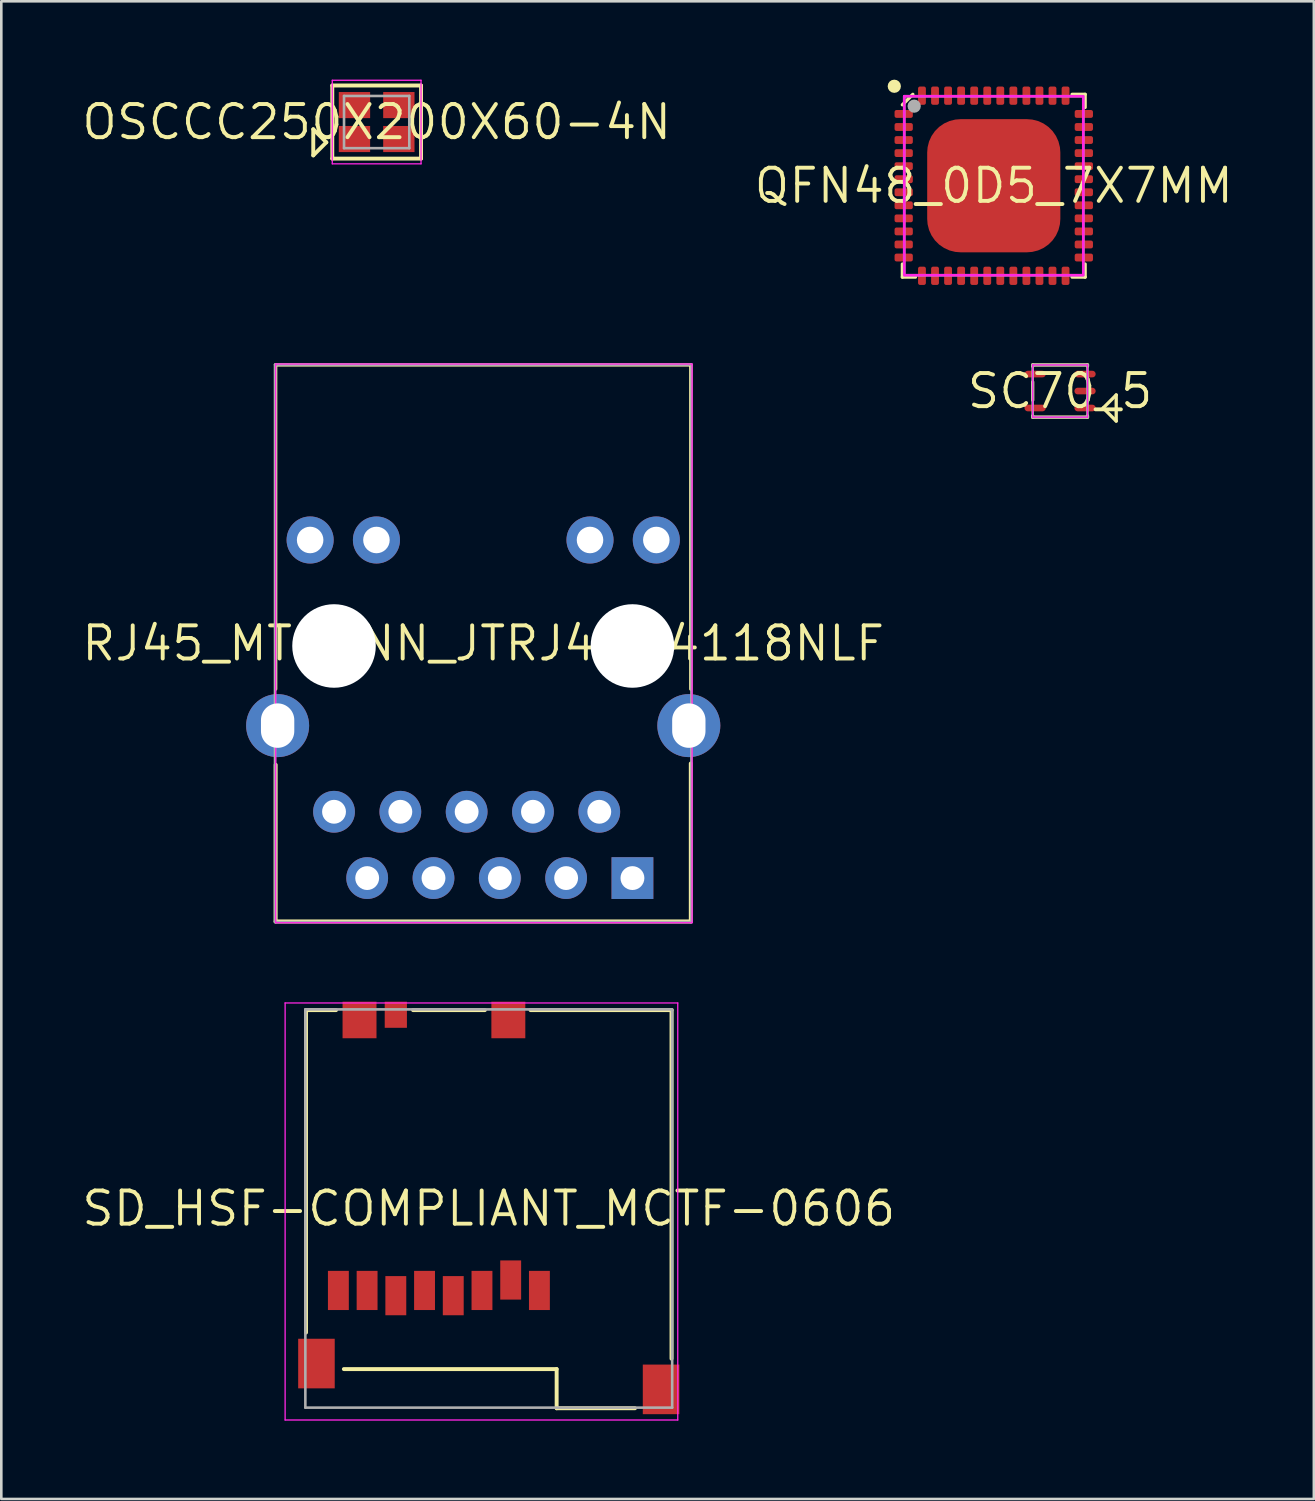
<source format=kicad_pcb>
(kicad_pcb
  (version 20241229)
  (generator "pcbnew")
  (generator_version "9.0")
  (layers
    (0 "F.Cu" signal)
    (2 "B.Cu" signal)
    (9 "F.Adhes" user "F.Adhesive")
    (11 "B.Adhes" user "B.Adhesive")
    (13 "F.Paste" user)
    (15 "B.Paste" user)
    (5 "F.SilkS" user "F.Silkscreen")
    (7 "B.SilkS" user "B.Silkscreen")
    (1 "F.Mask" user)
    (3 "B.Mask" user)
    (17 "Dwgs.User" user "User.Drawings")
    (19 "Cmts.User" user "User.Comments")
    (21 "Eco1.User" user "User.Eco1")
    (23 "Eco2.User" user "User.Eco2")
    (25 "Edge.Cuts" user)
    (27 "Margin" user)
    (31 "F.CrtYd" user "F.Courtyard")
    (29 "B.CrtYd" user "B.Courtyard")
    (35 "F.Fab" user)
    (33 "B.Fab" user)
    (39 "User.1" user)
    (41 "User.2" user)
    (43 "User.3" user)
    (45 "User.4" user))
  (footprint "RJ45_MTCONN_JTRJ45-4118NLF"
    (layer "F.Cu")
    (at 15.459 21.593)
    (property "Reference" "RJ45_MTCONN_JTRJ45-4118NLF" (at 0 0 0) (layer "F.SilkS") (effects (font (size 1.27 1.27) (thickness 0.15))))
    (fp_line (start -7.95 -10.665) (end 7.95 -10.665) (stroke (width 0.127) (type solid)) (layer "F.SilkS"))
    (fp_line (start -7.95 1.75) (end -7.95 -10.665) (stroke (width 0.127) (type solid)) (layer "F.SilkS"))
    (fp_line (start -7.95 10.65) (end -7.95 4.65) (stroke (width 0.15) (type solid)) (layer "F.SilkS"))
    (fp_line (start 7.95 -10.665) (end 7.95 1.75) (stroke (width 0.127) (type solid)) (layer "F.SilkS"))
    (fp_line (start 7.95 4.6) (end 7.95 10.65) (stroke (width 0.15) (type solid)) (layer "F.SilkS"))
    (fp_line (start 7.95 10.65) (end -7.95 10.65) (stroke (width 0.15) (type solid)) (layer "F.SilkS"))
    (fp_line (start -7.95 -10.7) (end -7.95 10.7) (stroke (width 0.05) (type solid)) (layer "F.CrtYd"))
    (fp_line (start -7.95 10.7) (end 8 10.7) (stroke (width 0.05) (type solid)) (layer "F.CrtYd"))
    (fp_line (start 8 -10.7) (end -7.95 -10.7) (stroke (width 0.05) (type solid)) (layer "F.CrtYd"))
    (fp_line (start 8 10.7) (end 8 -10.7) (stroke (width 0.05) (type solid)) (layer "F.CrtYd"))
    (fp_line (start -7.975 -10.675) (end -7.975 10.675) (stroke (width 0.1) (type solid)) (layer "F.Fab"))
    (fp_line (start -7.975 10.675) (end 7.975 10.675) (stroke (width 0.1) (type solid)) (layer "F.Fab"))
    (fp_line (start 7.975 -10.675) (end -7.975 -10.675) (stroke (width 0.1) (type solid)) (layer "F.Fab"))
    (fp_line (start 7.975 10.675) (end 7.975 -10.675) (stroke (width 0.1) (type solid)) (layer "F.Fab"))
    (pad "" np_thru_hole circle (at -5.715 0.1 180) (size 3.2 3.2) (drill 3.2) (layers "*.Cu" "*.Mask"))
    (pad "" np_thru_hole circle (at 5.715 0.1 180) (size 3.2 3.2) (drill 3.2) (layers "*.Cu" "*.Mask"))
    (pad "1" thru_hole rect (at 5.715 8.99 180) (size 1.6 1.6) (drill 0.914) (layers "*.Cu" "*.Mask"))
    (pad "2" thru_hole circle (at 4.445 6.45 180) (size 1.6 1.6) (drill 0.914) (layers "*.Cu" "*.Mask"))
    (pad "3" thru_hole circle (at 3.175 8.99 180) (size 1.6 1.6) (drill 0.914) (layers "*.Cu" "*.Mask"))
    (pad "4" thru_hole circle (at 1.905 6.45 180) (size 1.6 1.6) (drill 0.914) (layers "*.Cu" "*.Mask"))
    (pad "5" thru_hole circle (at 0.635 8.99 180) (size 1.6 1.6) (drill 0.914) (layers "*.Cu" "*.Mask"))
    (pad "6" thru_hole circle (at -0.635 6.45 180) (size 1.6 1.6) (drill 0.914) (layers "*.Cu" "*.Mask"))
    (pad "7" thru_hole circle (at -1.905 8.99 180) (size 1.6 1.6) (drill 0.914) (layers "*.Cu" "*.Mask"))
    (pad "8" thru_hole circle (at -3.175 6.45 180) (size 1.6 1.6) (drill 0.914) (layers "*.Cu" "*.Mask"))
    (pad "9" thru_hole circle (at -4.445 8.99 180) (size 1.6 1.6) (drill 0.914) (layers "*.Cu" "*.Mask"))
    (pad "10" thru_hole circle (at -5.715 6.45 180) (size 1.6 1.6) (drill 0.914) (layers "*.Cu" "*.Mask"))
    (pad "11" thru_hole circle (at 6.63 -3.96 180) (size 1.803 1.803) (drill 1.016) (layers "*.Cu" "*.Mask"))
    (pad "12" thru_hole circle (at 4.09 -3.96 180) (size 1.803 1.803) (drill 1.016) (layers "*.Cu" "*.Mask"))
    (pad "13" thru_hole circle (at -4.09 -3.96 180) (size 1.803 1.803) (drill 1.016) (layers "*.Cu" "*.Mask"))
    (pad "14" thru_hole circle (at -6.63 -3.96 180) (size 1.803 1.803) (drill 1.016) (layers "*.Cu" "*.Mask"))
    (pad "15" thru_hole circle (at 7.875 3.15 180) (size 2.413 2.413) (drill oval 1.276 1.702) (layers "*.Cu" "*.Mask"))
    (pad "16" thru_hole circle (at -7.875 3.15 180) (size 2.413 2.413) (drill oval 1.276 1.702) (layers "*.Cu" "*.Mask")))
  (footprint "SD_HSF-COMPLIANT_MCTF-0606"
    (layer "F.Cu")
    (at 15.671 43.24)
    (property "Reference" "SD_HSF-COMPLIANT_MCTF-0606" (at 0 0 180) (layer "F.SilkS") (effects (font (size 1.27 1.27) (thickness 0.15))))
    (fp_line (start -7 -7.6) (end -5.85 -7.6) (stroke (width 0.15) (type solid)) (layer "F.SilkS"))
    (fp_line (start -7 4.75) (end -7 -7.6) (stroke (width 0.15) (type solid)) (layer "F.SilkS"))
    (fp_line (start -2.9 -7.6) (end -0.15 -7.6) (stroke (width 0.15) (type solid)) (layer "F.SilkS"))
    (fp_line (start 1.6 -7.6) (end 7 -7.6) (stroke (width 0.15) (type solid)) (layer "F.SilkS"))
    (fp_line (start 2.6 6.15) (end -5.55 6.15) (stroke (width 0.15) (type solid)) (layer "F.SilkS"))
    (fp_line (start 2.6 7.65) (end 2.6 6.15) (stroke (width 0.15) (type solid)) (layer "F.SilkS"))
    (fp_line (start 5.6 7.65) (end 2.6 7.65) (stroke (width 0.15) (type solid)) (layer "F.SilkS"))
    (fp_line (start 7 -7.6) (end 7 5.75) (stroke (width 0.15) (type solid)) (layer "F.SilkS"))
    (fp_line (start -7.8 -7.874) (end -7.8 8.1) (stroke (width 0.05) (type solid)) (layer "F.CrtYd"))
    (fp_line (start -7.8 8.1) (end 7.239 8.1) (stroke (width 0.05) (type solid)) (layer "F.CrtYd"))
    (fp_line (start 7.239 -7.874) (end -7.8 -7.874) (stroke (width 0.05) (type solid)) (layer "F.CrtYd"))
    (fp_line (start 7.239 8.1) (end 7.239 -7.874) (stroke (width 0.05) (type solid)) (layer "F.CrtYd"))
    (fp_line (start -7.025 -7.627) (end -7.025 7.627) (stroke (width 0.1) (type solid)) (layer "F.Fab"))
    (fp_line (start -7.025 7.627) (end 7.025 7.627) (stroke (width 0.1) (type solid)) (layer "F.Fab"))
    (fp_line (start 7.025 -7.627) (end -7.025 -7.627) (stroke (width 0.1) (type solid)) (layer "F.Fab"))
    (fp_line (start 7.025 7.627) (end 7.025 -7.622) (stroke (width 0.1) (type solid)) (layer "F.Fab"))
    (pad "1" smd rect (at 1.94 3.138) (size 0.8 1.5) (layers "F.Cu" "F.Mask" "F.Paste"))
    (pad "2" smd rect (at 0.84 2.738) (size 0.8 1.5) (layers "F.Cu" "F.Mask" "F.Paste"))
    (pad "3" smd rect (at -0.26 3.138) (size 0.8 1.5) (layers "F.Cu" "F.Mask" "F.Paste"))
    (pad "4" smd rect (at -1.36 3.338) (size 0.8 1.5) (layers "F.Cu" "F.Mask" "F.Paste"))
    (pad "5" smd rect (at -2.46 3.138) (size 0.8 1.5) (layers "F.Cu" "F.Mask" "F.Paste"))
    (pad "6" smd rect (at -3.56 3.338) (size 0.8 1.5) (layers "F.Cu" "F.Mask" "F.Paste"))
    (pad "7" smd rect (at -4.66 3.138) (size 0.8 1.5) (layers "F.Cu" "F.Mask" "F.Paste"))
    (pad "8" smd rect (at -5.76 3.138) (size 0.8 1.5) (layers "F.Cu" "F.Mask" "F.Paste"))
    (pad "9" smd rect (at -3.56 -7.422) (size 0.85 1) (layers "F.Cu" "F.Mask" "F.Paste"))
    (pad "10" smd rect (at 6.6 6.927) (size 1.4 1.9) (layers "F.Cu" "F.Mask" "F.Paste"))
    (pad "11" smd rect (at -6.6 5.938) (size 1.4 1.9) (layers "F.Cu" "F.Mask" "F.Paste"))
    (pad "12" smd rect (at 0.75 -7.222) (size 1.3 1.4) (layers "F.Cu" "F.Mask" "F.Paste"))
    (pad "13" smd rect (at -4.95 -7.222) (size 1.3 1.4) (layers "F.Cu" "F.Mask" "F.Paste")))
  (footprint "QFN48_0D5_7X7MM"
    (layer "F.Cu")
    (at 35.014 4.064)
    (property "Reference" "QFN48_0D5_7X7MM" (at 0 0 0) (layer "F.SilkS") (effects (font (size 1.27 1.27) (thickness 0.15))))
    (fp_line (start -3.5 3.5) (end -3.5 3) (stroke (width 0.127) (type solid)) (layer "F.SilkS"))
    (fp_line (start -3.1 -3.5) (end -3.5 -3.1) (stroke (width 0.127) (type solid)) (layer "F.SilkS"))
    (fp_line (start -3 3.5) (end -3.5 3.5) (stroke (width 0.127) (type solid)) (layer "F.SilkS"))
    (fp_line (start 3 -3.5) (end 3.5 -3.5) (stroke (width 0.127) (type solid)) (layer "F.SilkS"))
    (fp_line (start 3.5 -3.5) (end 3.5 -3) (stroke (width 0.127) (type solid)) (layer "F.SilkS"))
    (fp_line (start 3.5 3) (end 3.5 3.5) (stroke (width 0.127) (type solid)) (layer "F.SilkS"))
    (fp_line (start 3.5 3.5) (end 3 3.5) (stroke (width 0.127) (type solid)) (layer "F.SilkS"))
    (fp_arc (start -3.683 -3.81) (mid -3.937 -3.81) (end -3.683 -3.81) (stroke (width 0.254) (type solid)) (layer "F.SilkS"))
    (fp_rect (start -3.429 3.429) (end 3.429 -3.429) (stroke (width 0.1) (type solid)) (fill no) (layer "F.CrtYd"))
    (fp_rect (start -3.429 3.429) (end 3.429 -3.429) (stroke (width 0.1) (type solid)) (fill no) (layer "F.Fab"))
    (fp_arc (start -2.921 -3.048) (mid -3.175 -3.048) (end -2.921 -3.048) (stroke (width 0.254) (type solid)) (layer "F.Fab"))
    (pad "1" smd roundrect (at -3.45 -2.75 270) (size 0.3 0.7) (layers "F.Cu" "F.Mask" "F.Paste") (roundrect_rratio 0.25))
    (pad "2" smd roundrect (at -3.45 -2.25 270) (size 0.3 0.7) (layers "F.Cu" "F.Mask" "F.Paste") (roundrect_rratio 0.25))
    (pad "3" smd roundrect (at -3.45 -1.75 270) (size 0.3 0.7) (layers "F.Cu" "F.Mask" "F.Paste") (roundrect_rratio 0.25))
    (pad "4" smd roundrect (at -3.45 -1.25 270) (size 0.3 0.7) (layers "F.Cu" "F.Mask" "F.Paste") (roundrect_rratio 0.25))
    (pad "5" smd roundrect (at -3.45 -0.75 270) (size 0.3 0.7) (layers "F.Cu" "F.Mask" "F.Paste") (roundrect_rratio 0.25))
    (pad "6" smd roundrect (at -3.45 -0.25 270) (size 0.3 0.7) (layers "F.Cu" "F.Mask" "F.Paste") (roundrect_rratio 0.25))
    (pad "7" smd roundrect (at -3.45 0.25 270) (size 0.3 0.7) (layers "F.Cu" "F.Mask" "F.Paste") (roundrect_rratio 0.25))
    (pad "8" smd roundrect (at -3.45 0.75 270) (size 0.3 0.7) (layers "F.Cu" "F.Mask" "F.Paste") (roundrect_rratio 0.25))
    (pad "9" smd roundrect (at -3.45 1.25 270) (size 0.3 0.7) (layers "F.Cu" "F.Mask" "F.Paste") (roundrect_rratio 0.25))
    (pad "10" smd roundrect (at -3.45 1.75 270) (size 0.3 0.7) (layers "F.Cu" "F.Mask" "F.Paste") (roundrect_rratio 0.25))
    (pad "11" smd roundrect (at -3.45 2.25 270) (size 0.3 0.7) (layers "F.Cu" "F.Mask" "F.Paste") (roundrect_rratio 0.25))
    (pad "12" smd roundrect (at -3.45 2.75 270) (size 0.3 0.7) (layers "F.Cu" "F.Mask" "F.Paste") (roundrect_rratio 0.25))
    (pad "13" smd roundrect (at -2.75 3.45) (size 0.3 0.7) (layers "F.Cu" "F.Mask" "F.Paste") (roundrect_rratio 0.25))
    (pad "14" smd roundrect (at -2.25 3.45) (size 0.3 0.7) (layers "F.Cu" "F.Mask" "F.Paste") (roundrect_rratio 0.25))
    (pad "15" smd roundrect (at -1.75 3.45) (size 0.3 0.7) (layers "F.Cu" "F.Mask" "F.Paste") (roundrect_rratio 0.25))
    (pad "16" smd roundrect (at -1.25 3.45) (size 0.3 0.7) (layers "F.Cu" "F.Mask" "F.Paste") (roundrect_rratio 0.25))
    (pad "17" smd roundrect (at -0.75 3.45) (size 0.3 0.7) (layers "F.Cu" "F.Mask" "F.Paste") (roundrect_rratio 0.25))
    (pad "18" smd roundrect (at -0.25 3.45) (size 0.3 0.7) (layers "F.Cu" "F.Mask" "F.Paste") (roundrect_rratio 0.25))
    (pad "19" smd roundrect (at 0.25 3.45) (size 0.3 0.7) (layers "F.Cu" "F.Mask" "F.Paste") (roundrect_rratio 0.25))
    (pad "20" smd roundrect (at 0.75 3.45) (size 0.3 0.7) (layers "F.Cu" "F.Mask" "F.Paste") (roundrect_rratio 0.25))
    (pad "21" smd roundrect (at 1.25 3.45) (size 0.3 0.7) (layers "F.Cu" "F.Mask" "F.Paste") (roundrect_rratio 0.25))
    (pad "22" smd roundrect (at 1.75 3.45) (size 0.3 0.7) (layers "F.Cu" "F.Mask" "F.Paste") (roundrect_rratio 0.25))
    (pad "23" smd roundrect (at 2.25 3.45) (size 0.3 0.7) (layers "F.Cu" "F.Mask" "F.Paste") (roundrect_rratio 0.25))
    (pad "24" smd roundrect (at 2.75 3.45) (size 0.3 0.7) (layers "F.Cu" "F.Mask" "F.Paste") (roundrect_rratio 0.25))
    (pad "25" smd roundrect (at 3.45 2.75 270) (size 0.3 0.7) (layers "F.Cu" "F.Mask" "F.Paste") (roundrect_rratio 0.25))
    (pad "26" smd roundrect (at 3.45 2.25 270) (size 0.3 0.7) (layers "F.Cu" "F.Mask" "F.Paste") (roundrect_rratio 0.25))
    (pad "27" smd roundrect (at 3.45 1.75 270) (size 0.3 0.7) (layers "F.Cu" "F.Mask" "F.Paste") (roundrect_rratio 0.25))
    (pad "28" smd roundrect (at 3.45 1.25 270) (size 0.3 0.7) (layers "F.Cu" "F.Mask" "F.Paste") (roundrect_rratio 0.25))
    (pad "29" smd roundrect (at 3.45 0.75 270) (size 0.3 0.7) (layers "F.Cu" "F.Mask" "F.Paste") (roundrect_rratio 0.25))
    (pad "30" smd roundrect (at 3.45 0.25 270) (size 0.3 0.7) (layers "F.Cu" "F.Mask" "F.Paste") (roundrect_rratio 0.25))
    (pad "31" smd roundrect (at 3.45 -0.25 270) (size 0.3 0.7) (layers "F.Cu" "F.Mask" "F.Paste") (roundrect_rratio 0.25))
    (pad "32" smd roundrect (at 3.45 -0.75 270) (size 0.3 0.7) (layers "F.Cu" "F.Mask" "F.Paste") (roundrect_rratio 0.25))
    (pad "33" smd roundrect (at 3.45 -1.25 270) (size 0.3 0.7) (layers "F.Cu" "F.Mask" "F.Paste") (roundrect_rratio 0.25))
    (pad "34" smd roundrect (at 3.45 -1.75 270) (size 0.3 0.7) (layers "F.Cu" "F.Mask" "F.Paste") (roundrect_rratio 0.25))
    (pad "35" smd roundrect (at 3.45 -2.25 270) (size 0.3 0.7) (layers "F.Cu" "F.Mask" "F.Paste") (roundrect_rratio 0.25))
    (pad "36" smd roundrect (at 3.45 -2.75 270) (size 0.3 0.7) (layers "F.Cu" "F.Mask" "F.Paste") (roundrect_rratio 0.25))
    (pad "37" smd roundrect (at 2.75 -3.45) (size 0.3 0.7) (layers "F.Cu" "F.Mask" "F.Paste") (roundrect_rratio 0.25))
    (pad "38" smd roundrect (at 2.25 -3.45) (size 0.3 0.7) (layers "F.Cu" "F.Mask" "F.Paste") (roundrect_rratio 0.25))
    (pad "39" smd roundrect (at 1.75 -3.45) (size 0.3 0.7) (layers "F.Cu" "F.Mask" "F.Paste") (roundrect_rratio 0.25))
    (pad "40" smd roundrect (at 1.25 -3.45) (size 0.3 0.7) (layers "F.Cu" "F.Mask" "F.Paste") (roundrect_rratio 0.25))
    (pad "41" smd roundrect (at 0.75 -3.45) (size 0.3 0.7) (layers "F.Cu" "F.Mask" "F.Paste") (roundrect_rratio 0.25))
    (pad "42" smd roundrect (at 0.25 -3.45) (size 0.3 0.7) (layers "F.Cu" "F.Mask" "F.Paste") (roundrect_rratio 0.25))
    (pad "43" smd roundrect (at -0.25 -3.45) (size 0.3 0.7) (layers "F.Cu" "F.Mask" "F.Paste") (roundrect_rratio 0.25))
    (pad "44" smd roundrect (at -0.75 -3.45) (size 0.3 0.7) (layers "F.Cu" "F.Mask" "F.Paste") (roundrect_rratio 0.25))
    (pad "45" smd roundrect (at -1.25 -3.45) (size 0.3 0.7) (layers "F.Cu" "F.Mask" "F.Paste") (roundrect_rratio 0.25))
    (pad "46" smd roundrect (at -1.75 -3.45) (size 0.3 0.7) (layers "F.Cu" "F.Mask" "F.Paste") (roundrect_rratio 0.25))
    (pad "47" smd roundrect (at -2.25 -3.45) (size 0.3 0.7) (layers "F.Cu" "F.Mask" "F.Paste") (roundrect_rratio 0.25))
    (pad "48" smd roundrect (at -2.75 -3.45) (size 0.3 0.7) (layers "F.Cu" "F.Mask" "F.Paste") (roundrect_rratio 0.25))
    (pad "49" smd roundrect (at 0 0) (size 5.1 5.1) (layers "F.Cu" "F.Mask" "F.Paste") (roundrect_rratio 0.25)))
  (footprint "SC70_5"
    (layer "F.Cu")
    (at 37.554 11.928)
    (property "Reference" "SC70_5" (at 0 0 180) (layer "F.SilkS") (effects (font (size 1.27 1.27) (thickness 0.15))))
    (fp_line (start -1.05 -1) (end 1.05 -1) (stroke (width 0.127) (type solid)) (layer "F.SilkS"))
    (fp_line (start -1.05 -0.95) (end -1.05 -1) (stroke (width 0.127) (type solid)) (layer "F.SilkS"))
    (fp_line (start -1.05 0.35) (end -1.05 -0.35) (stroke (width 0.127) (type solid)) (layer "F.SilkS"))
    (fp_line (start -1.05 0.95) (end -1.05 1) (stroke (width 0.127) (type solid)) (layer "F.SilkS"))
    (fp_line (start -1.05 1) (end 1.05 1) (stroke (width 0.127) (type solid)) (layer "F.SilkS"))
    (fp_line (start 1.05 -1) (end 1.05 -0.95) (stroke (width 0.127) (type solid)) (layer "F.SilkS"))
    (fp_line (start 1.05 1) (end 1.05 0.95) (stroke (width 0.127) (type solid)) (layer "F.SilkS"))
    (fp_line (start 1.65 0.65) (end 2.15 0.15) (stroke (width 0.127) (type solid)) (layer "F.SilkS"))
    (fp_line (start 2.15 0.15) (end 2.15 1.15) (stroke (width 0.127) (type solid)) (layer "F.SilkS"))
    (fp_line (start 2.15 1.15) (end 1.65 0.65) (stroke (width 0.127) (type solid)) (layer "F.SilkS"))
    (fp_line (start -1.05 -1) (end -1.05 1) (stroke (width 0.05) (type solid)) (layer "F.CrtYd"))
    (fp_line (start -1.05 1) (end 1.05 1) (stroke (width 0.05) (type solid)) (layer "F.CrtYd"))
    (fp_line (start 1.05 -1) (end -1.05 -1) (stroke (width 0.05) (type solid)) (layer "F.CrtYd"))
    (fp_line (start 1.05 1) (end 1.05 -1) (stroke (width 0.05) (type solid)) (layer "F.CrtYd"))
    (fp_line (start -1.05 -1) (end -1.05 1) (stroke (width 0.1) (type solid)) (layer "F.Fab"))
    (fp_line (start -1.05 1) (end 1.05 1) (stroke (width 0.1) (type solid)) (layer "F.Fab"))
    (fp_line (start 1.05 -1) (end -1.05 -1) (stroke (width 0.1) (type solid)) (layer "F.Fab"))
    (fp_line (start 1.05 1) (end 1.05 -1) (stroke (width 0.1) (type solid)) (layer "F.Fab"))
    (pad "1" smd oval (at 0.956 0.65 90) (size 0.254 0.813) (layers "F.Cu" "F.Mask" "F.Paste"))
    (pad "2" smd oval (at 0.956 0 90) (size 0.254 0.813) (layers "F.Cu" "F.Mask" "F.Paste"))
    (pad "3" smd oval (at 0.956 -0.65 90) (size 0.254 0.813) (layers "F.Cu" "F.Mask" "F.Paste"))
    (pad "4" smd oval (at -0.956 -0.65 270) (size 0.254 0.813) (layers "F.Cu" "F.Mask" "F.Paste"))
    (pad "5" smd oval (at -0.956 0.65 270) (size 0.254 0.813) (layers "F.Cu" "F.Mask" "F.Paste")))
  (footprint "OSCCC250X200X60-4N"
    (layer "F.Cu")
    (at 11.377 1.625)
    (property "Reference" "OSCCC250X200X60-4N" (at 0 0 0) (layer "F.SilkS") (effects (font (size 1.27 1.27) (thickness 0.15))))
    (fp_line (start -2.428 0.276) (end -2.428 1.276) (stroke (width 0.15) (type solid)) (layer "F.SilkS"))
    (fp_line (start -2.428 1.276) (end -1.928 0.776) (stroke (width 0.15) (type solid)) (layer "F.SilkS"))
    (fp_line (start -1.928 0.776) (end -2.428 0.276) (stroke (width 0.15) (type solid)) (layer "F.SilkS"))
    (fp_line (start -1.7 -1.4) (end 1.7 -1.4) (stroke (width 0.15) (type solid)) (layer "F.SilkS"))
    (fp_line (start -1.7 1.4) (end -1.7 -1.4) (stroke (width 0.15) (type solid)) (layer "F.SilkS"))
    (fp_line (start 1.7 -1.4) (end 1.7 1.4) (stroke (width 0.15) (type solid)) (layer "F.SilkS"))
    (fp_line (start 1.7 1.4) (end -1.7 1.4) (stroke (width 0.15) (type solid)) (layer "F.SilkS"))
    (fp_line (start -1.7 -1.6) (end 1.7 -1.6) (stroke (width 0.05) (type solid)) (layer "F.CrtYd"))
    (fp_line (start -1.7 1.6) (end -1.7 -1.6) (stroke (width 0.05) (type solid)) (layer "F.CrtYd"))
    (fp_line (start 1.7 -1.6) (end 1.7 1.6) (stroke (width 0.05) (type solid)) (layer "F.CrtYd"))
    (fp_line (start 1.7 1.6) (end -1.7 1.6) (stroke (width 0.05) (type solid)) (layer "F.CrtYd"))
    (fp_line (start -1.25 -1) (end 1.25 -1) (stroke (width 0.1) (type solid)) (layer "F.Fab"))
    (fp_line (start -1.25 1) (end -1.25 -1) (stroke (width 0.1) (type solid)) (layer "F.Fab"))
    (fp_line (start 1.25 -1) (end 1.25 1) (stroke (width 0.1) (type solid)) (layer "F.Fab"))
    (fp_line (start 1.25 1) (end -1.25 1) (stroke (width 0.1) (type solid)) (layer "F.Fab"))
    (pad "1" smd rect (at -0.85 0.65 180) (size 1.2 1) (layers "F.Cu" "F.Mask" "F.Paste"))
    (pad "2" smd rect (at 0.85 0.65 180) (size 1.2 1) (layers "F.Cu" "F.Mask" "F.Paste"))
    (pad "3" smd rect (at 0.85 -0.65 180) (size 1.2 1) (layers "F.Cu" "F.Mask" "F.Paste"))
    (pad "4" smd rect (at -0.85 -0.65 180) (size 1.2 1) (layers "F.Cu" "F.Mask" "F.Paste")))
  (gr_rect
    (start -3 -3)
    (end 47.274 54.365)
    (stroke (width 0.1) (type default))
    (fill no)
    (layer "Edge.Cuts")))
</source>
